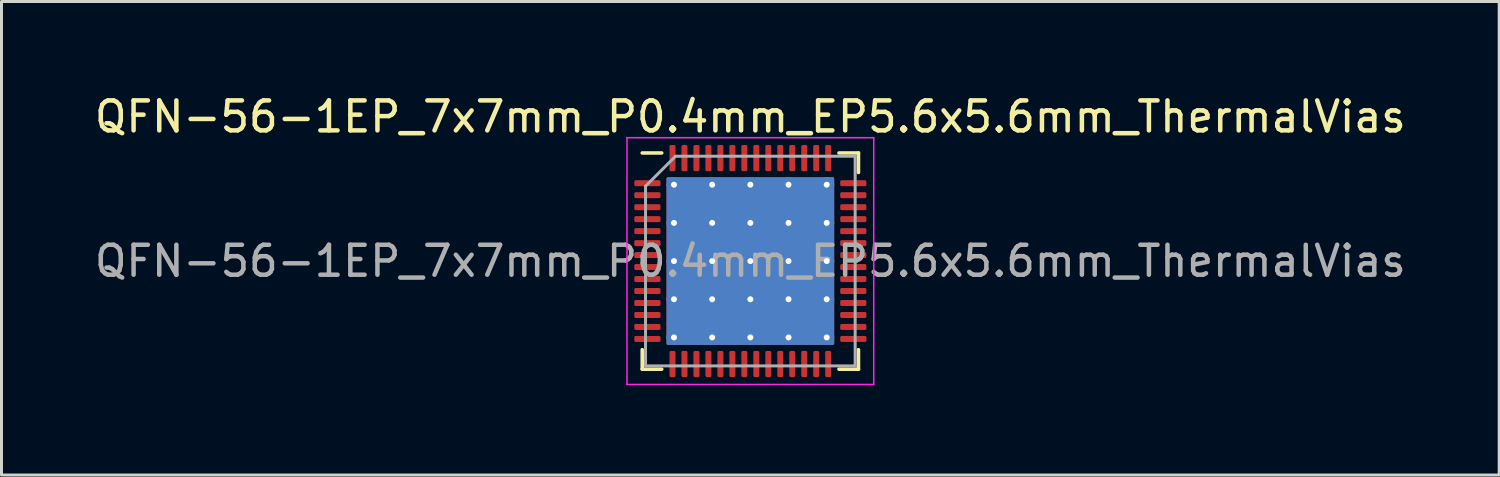
<source format=kicad_pcb>
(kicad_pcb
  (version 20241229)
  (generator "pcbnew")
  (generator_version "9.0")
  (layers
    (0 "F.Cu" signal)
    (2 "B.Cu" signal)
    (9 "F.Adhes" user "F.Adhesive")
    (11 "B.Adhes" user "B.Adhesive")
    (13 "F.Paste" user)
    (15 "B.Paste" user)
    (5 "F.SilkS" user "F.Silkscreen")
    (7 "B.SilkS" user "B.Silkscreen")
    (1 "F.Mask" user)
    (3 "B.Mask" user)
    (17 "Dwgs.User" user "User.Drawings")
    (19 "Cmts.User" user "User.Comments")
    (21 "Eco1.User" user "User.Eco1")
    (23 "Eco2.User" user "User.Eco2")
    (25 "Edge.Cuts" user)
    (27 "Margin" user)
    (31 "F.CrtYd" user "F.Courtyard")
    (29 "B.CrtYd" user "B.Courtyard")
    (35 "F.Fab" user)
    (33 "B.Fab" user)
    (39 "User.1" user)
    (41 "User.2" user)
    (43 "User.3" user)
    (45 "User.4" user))
  (footprint "QFN-56-1EP_7x7mm_P0.4mm_EP5.6x5.6mm_ThermalVias"
    (layer "F.Cu")
    (at 22.006 5.668)
    (property "Reference" "QFN-56-1EP_7x7mm_P0.4mm_EP5.6x5.6mm_ThermalVias" (at 0 -4.82 0) (layer "F.SilkS") (effects (font (size 1 1) (thickness 0.15))))
    (attr smd)
    (fp_line (start -3.61 3.61) (end -3.61 2.96) (stroke (width 0.12) (type solid)) (layer "F.SilkS"))
    (fp_line (start -2.96 -3.61) (end -3.61 -3.61) (stroke (width 0.12) (type solid)) (layer "F.SilkS"))
    (fp_line (start -2.96 3.61) (end -3.61 3.61) (stroke (width 0.12) (type solid)) (layer "F.SilkS"))
    (fp_line (start 2.96 -3.61) (end 3.61 -3.61) (stroke (width 0.12) (type solid)) (layer "F.SilkS"))
    (fp_line (start 2.96 3.61) (end 3.61 3.61) (stroke (width 0.12) (type solid)) (layer "F.SilkS"))
    (fp_line (start 3.61 -3.61) (end 3.61 -2.96) (stroke (width 0.12) (type solid)) (layer "F.SilkS"))
    (fp_line (start 3.61 3.61) (end 3.61 2.96) (stroke (width 0.12) (type solid)) (layer "F.SilkS"))
    (fp_line (start -4.12 -4.12) (end -4.12 4.12) (stroke (width 0.05) (type solid)) (layer "F.CrtYd"))
    (fp_line (start -4.12 4.12) (end 4.12 4.12) (stroke (width 0.05) (type solid)) (layer "F.CrtYd"))
    (fp_line (start 4.12 -4.12) (end -4.12 -4.12) (stroke (width 0.05) (type solid)) (layer "F.CrtYd"))
    (fp_line (start 4.12 4.12) (end 4.12 -4.12) (stroke (width 0.05) (type solid)) (layer "F.CrtYd"))
    (fp_line (start -3.5 -2.5) (end -2.5 -3.5) (stroke (width 0.1) (type solid)) (layer "F.Fab"))
    (fp_line (start -3.5 3.5) (end -3.5 -2.5) (stroke (width 0.1) (type solid)) (layer "F.Fab"))
    (fp_line (start -2.5 -3.5) (end 3.5 -3.5) (stroke (width 0.1) (type solid)) (layer "F.Fab"))
    (fp_line (start 3.5 -3.5) (end 3.5 3.5) (stroke (width 0.1) (type solid)) (layer "F.Fab"))
    (fp_line (start 3.5 3.5) (end -3.5 3.5) (stroke (width 0.1) (type solid)) (layer "F.Fab"))
    (fp_text user "${REFERENCE}" (at 0 0 0) (layer "F.Fab") (effects (font (size 1 1) (thickness 0.15))))
    (pad "" smd custom (at -1.913 -1.913) (size 1.019 1.019) (layers "F.Paste") (options (anchor circle)) (primitives (gr_poly (pts (xy -0.542 -0.45) (xy -0.45 -0.542) (xy 0.45 -0.542) (xy 0.542 -0.45) (xy 0.542 0.45) (xy 0.45 0.542) (xy -0.45 0.542) (xy -0.542 0.45)) (width 0) (fill yes))))
    (pad "" smd custom (at -1.913 -0.637) (size 1.019 1.019) (layers "F.Paste") (options (anchor circle)) (primitives (gr_poly (pts (xy -0.542 -0.45) (xy -0.45 -0.542) (xy 0.45 -0.542) (xy 0.542 -0.45) (xy 0.542 0.45) (xy 0.45 0.542) (xy -0.45 0.542) (xy -0.542 0.45)) (width 0) (fill yes))))
    (pad "" smd custom (at -1.913 0.637) (size 1.019 1.019) (layers "F.Paste") (options (anchor circle)) (primitives (gr_poly (pts (xy -0.542 -0.45) (xy -0.45 -0.542) (xy 0.45 -0.542) (xy 0.542 -0.45) (xy 0.542 0.45) (xy 0.45 0.542) (xy -0.45 0.542) (xy -0.542 0.45)) (width 0) (fill yes))))
    (pad "" smd custom (at -1.913 1.913) (size 1.019 1.019) (layers "F.Paste") (options (anchor circle)) (primitives (gr_poly (pts (xy -0.542 -0.45) (xy -0.45 -0.542) (xy 0.45 -0.542) (xy 0.542 -0.45) (xy 0.542 0.45) (xy 0.45 0.542) (xy -0.45 0.542) (xy -0.542 0.45)) (width 0) (fill yes))))
    (pad "" smd custom (at -0.637 -1.913) (size 1.019 1.019) (layers "F.Paste") (options (anchor circle)) (primitives (gr_poly (pts (xy -0.542 -0.45) (xy -0.45 -0.542) (xy 0.45 -0.542) (xy 0.542 -0.45) (xy 0.542 0.45) (xy 0.45 0.542) (xy -0.45 0.542) (xy -0.542 0.45)) (width 0) (fill yes))))
    (pad "" smd custom (at -0.637 -0.637) (size 1.019 1.019) (layers "F.Paste") (options (anchor circle)) (primitives (gr_poly (pts (xy -0.542 -0.45) (xy -0.45 -0.542) (xy 0.45 -0.542) (xy 0.542 -0.45) (xy 0.542 0.45) (xy 0.45 0.542) (xy -0.45 0.542) (xy -0.542 0.45)) (width 0) (fill yes))))
    (pad "" smd custom (at -0.637 0.637) (size 1.019 1.019) (layers "F.Paste") (options (anchor circle)) (primitives (gr_poly (pts (xy -0.542 -0.45) (xy -0.45 -0.542) (xy 0.45 -0.542) (xy 0.542 -0.45) (xy 0.542 0.45) (xy 0.45 0.542) (xy -0.45 0.542) (xy -0.542 0.45)) (width 0) (fill yes))))
    (pad "" smd custom (at -0.637 1.913) (size 1.019 1.019) (layers "F.Paste") (options (anchor circle)) (primitives (gr_poly (pts (xy -0.542 -0.45) (xy -0.45 -0.542) (xy 0.45 -0.542) (xy 0.542 -0.45) (xy 0.542 0.45) (xy 0.45 0.542) (xy -0.45 0.542) (xy -0.542 0.45)) (width 0) (fill yes))))
    (pad "" smd custom (at 0.637 -1.913) (size 1.019 1.019) (layers "F.Paste") (options (anchor circle)) (primitives (gr_poly (pts (xy -0.542 -0.45) (xy -0.45 -0.542) (xy 0.45 -0.542) (xy 0.542 -0.45) (xy 0.542 0.45) (xy 0.45 0.542) (xy -0.45 0.542) (xy -0.542 0.45)) (width 0) (fill yes))))
    (pad "" smd custom (at 0.637 -0.637) (size 1.019 1.019) (layers "F.Paste") (options (anchor circle)) (primitives (gr_poly (pts (xy -0.542 -0.45) (xy -0.45 -0.542) (xy 0.45 -0.542) (xy 0.542 -0.45) (xy 0.542 0.45) (xy 0.45 0.542) (xy -0.45 0.542) (xy -0.542 0.45)) (width 0) (fill yes))))
    (pad "" smd custom (at 0.637 0.637) (size 1.019 1.019) (layers "F.Paste") (options (anchor circle)) (primitives (gr_poly (pts (xy -0.542 -0.45) (xy -0.45 -0.542) (xy 0.45 -0.542) (xy 0.542 -0.45) (xy 0.542 0.45) (xy 0.45 0.542) (xy -0.45 0.542) (xy -0.542 0.45)) (width 0) (fill yes))))
    (pad "" smd custom (at 0.637 1.913) (size 1.019 1.019) (layers "F.Paste") (options (anchor circle)) (primitives (gr_poly (pts (xy -0.542 -0.45) (xy -0.45 -0.542) (xy 0.45 -0.542) (xy 0.542 -0.45) (xy 0.542 0.45) (xy 0.45 0.542) (xy -0.45 0.542) (xy -0.542 0.45)) (width 0) (fill yes))))
    (pad "" smd custom (at 1.913 -1.913) (size 1.019 1.019) (layers "F.Paste") (options (anchor circle)) (primitives (gr_poly (pts (xy -0.542 -0.45) (xy -0.45 -0.542) (xy 0.45 -0.542) (xy 0.542 -0.45) (xy 0.542 0.45) (xy 0.45 0.542) (xy -0.45 0.542) (xy -0.542 0.45)) (width 0) (fill yes))))
    (pad "" smd custom (at 1.913 -0.637) (size 1.019 1.019) (layers "F.Paste") (options (anchor circle)) (primitives (gr_poly (pts (xy -0.542 -0.45) (xy -0.45 -0.542) (xy 0.45 -0.542) (xy 0.542 -0.45) (xy 0.542 0.45) (xy 0.45 0.542) (xy -0.45 0.542) (xy -0.542 0.45)) (width 0) (fill yes))))
    (pad "" smd custom (at 1.913 0.637) (size 1.019 1.019) (layers "F.Paste") (options (anchor circle)) (primitives (gr_poly (pts (xy -0.542 -0.45) (xy -0.45 -0.542) (xy 0.45 -0.542) (xy 0.542 -0.45) (xy 0.542 0.45) (xy 0.45 0.542) (xy -0.45 0.542) (xy -0.542 0.45)) (width 0) (fill yes))))
    (pad "" smd custom (at 1.913 1.913) (size 1.019 1.019) (layers "F.Paste") (options (anchor circle)) (primitives (gr_poly (pts (xy -0.542 -0.45) (xy -0.45 -0.542) (xy 0.45 -0.542) (xy 0.542 -0.45) (xy 0.542 0.45) (xy 0.45 0.542) (xy -0.45 0.542) (xy -0.542 0.45)) (width 0) (fill yes))))
    (pad "1" smd roundrect (at -3.438 -2.6) (size 0.875 0.2) (layers "F.Cu" "F.Mask" "F.Paste") (roundrect_rratio 0.25))
    (pad "2" smd roundrect (at -3.438 -2.2) (size 0.875 0.2) (layers "F.Cu" "F.Mask" "F.Paste") (roundrect_rratio 0.25))
    (pad "3" smd roundrect (at -3.438 -1.8) (size 0.875 0.2) (layers "F.Cu" "F.Mask" "F.Paste") (roundrect_rratio 0.25))
    (pad "4" smd roundrect (at -3.438 -1.4) (size 0.875 0.2) (layers "F.Cu" "F.Mask" "F.Paste") (roundrect_rratio 0.25))
    (pad "5" smd roundrect (at -3.438 -1) (size 0.875 0.2) (layers "F.Cu" "F.Mask" "F.Paste") (roundrect_rratio 0.25))
    (pad "6" smd roundrect (at -3.438 -0.6) (size 0.875 0.2) (layers "F.Cu" "F.Mask" "F.Paste") (roundrect_rratio 0.25))
    (pad "7" smd roundrect (at -3.438 -0.2) (size 0.875 0.2) (layers "F.Cu" "F.Mask" "F.Paste") (roundrect_rratio 0.25))
    (pad "8" smd roundrect (at -3.438 0.2) (size 0.875 0.2) (layers "F.Cu" "F.Mask" "F.Paste") (roundrect_rratio 0.25))
    (pad "9" smd roundrect (at -3.438 0.6) (size 0.875 0.2) (layers "F.Cu" "F.Mask" "F.Paste") (roundrect_rratio 0.25))
    (pad "10" smd roundrect (at -3.438 1) (size 0.875 0.2) (layers "F.Cu" "F.Mask" "F.Paste") (roundrect_rratio 0.25))
    (pad "11" smd roundrect (at -3.438 1.4) (size 0.875 0.2) (layers "F.Cu" "F.Mask" "F.Paste") (roundrect_rratio 0.25))
    (pad "12" smd roundrect (at -3.438 1.8) (size 0.875 0.2) (layers "F.Cu" "F.Mask" "F.Paste") (roundrect_rratio 0.25))
    (pad "13" smd roundrect (at -3.438 2.2) (size 0.875 0.2) (layers "F.Cu" "F.Mask" "F.Paste") (roundrect_rratio 0.25))
    (pad "14" smd roundrect (at -3.438 2.6) (size 0.875 0.2) (layers "F.Cu" "F.Mask" "F.Paste") (roundrect_rratio 0.25))
    (pad "15" smd roundrect (at -2.6 3.438) (size 0.2 0.875) (layers "F.Cu" "F.Mask" "F.Paste") (roundrect_rratio 0.25))
    (pad "16" smd roundrect (at -2.2 3.438) (size 0.2 0.875) (layers "F.Cu" "F.Mask" "F.Paste") (roundrect_rratio 0.25))
    (pad "17" smd roundrect (at -1.8 3.438) (size 0.2 0.875) (layers "F.Cu" "F.Mask" "F.Paste") (roundrect_rratio 0.25))
    (pad "18" smd roundrect (at -1.4 3.438) (size 0.2 0.875) (layers "F.Cu" "F.Mask" "F.Paste") (roundrect_rratio 0.25))
    (pad "19" smd roundrect (at -1 3.438) (size 0.2 0.875) (layers "F.Cu" "F.Mask" "F.Paste") (roundrect_rratio 0.25))
    (pad "20" smd roundrect (at -0.6 3.438) (size 0.2 0.875) (layers "F.Cu" "F.Mask" "F.Paste") (roundrect_rratio 0.25))
    (pad "21" smd roundrect (at -0.2 3.438) (size 0.2 0.875) (layers "F.Cu" "F.Mask" "F.Paste") (roundrect_rratio 0.25))
    (pad "22" smd roundrect (at 0.2 3.438) (size 0.2 0.875) (layers "F.Cu" "F.Mask" "F.Paste") (roundrect_rratio 0.25))
    (pad "23" smd roundrect (at 0.6 3.438) (size 0.2 0.875) (layers "F.Cu" "F.Mask" "F.Paste") (roundrect_rratio 0.25))
    (pad "24" smd roundrect (at 1 3.438) (size 0.2 0.875) (layers "F.Cu" "F.Mask" "F.Paste") (roundrect_rratio 0.25))
    (pad "25" smd roundrect (at 1.4 3.438) (size 0.2 0.875) (layers "F.Cu" "F.Mask" "F.Paste") (roundrect_rratio 0.25))
    (pad "26" smd roundrect (at 1.8 3.438) (size 0.2 0.875) (layers "F.Cu" "F.Mask" "F.Paste") (roundrect_rratio 0.25))
    (pad "27" smd roundrect (at 2.2 3.438) (size 0.2 0.875) (layers "F.Cu" "F.Mask" "F.Paste") (roundrect_rratio 0.25))
    (pad "28" smd roundrect (at 2.6 3.438) (size 0.2 0.875) (layers "F.Cu" "F.Mask" "F.Paste") (roundrect_rratio 0.25))
    (pad "29" smd roundrect (at 3.438 2.6) (size 0.875 0.2) (layers "F.Cu" "F.Mask" "F.Paste") (roundrect_rratio 0.25))
    (pad "30" smd roundrect (at 3.438 2.2) (size 0.875 0.2) (layers "F.Cu" "F.Mask" "F.Paste") (roundrect_rratio 0.25))
    (pad "31" smd roundrect (at 3.438 1.8) (size 0.875 0.2) (layers "F.Cu" "F.Mask" "F.Paste") (roundrect_rratio 0.25))
    (pad "32" smd roundrect (at 3.438 1.4) (size 0.875 0.2) (layers "F.Cu" "F.Mask" "F.Paste") (roundrect_rratio 0.25))
    (pad "33" smd roundrect (at 3.438 1) (size 0.875 0.2) (layers "F.Cu" "F.Mask" "F.Paste") (roundrect_rratio 0.25))
    (pad "34" smd roundrect (at 3.438 0.6) (size 0.875 0.2) (layers "F.Cu" "F.Mask" "F.Paste") (roundrect_rratio 0.25))
    (pad "35" smd roundrect (at 3.438 0.2) (size 0.875 0.2) (layers "F.Cu" "F.Mask" "F.Paste") (roundrect_rratio 0.25))
    (pad "36" smd roundrect (at 3.438 -0.2) (size 0.875 0.2) (layers "F.Cu" "F.Mask" "F.Paste") (roundrect_rratio 0.25))
    (pad "37" smd roundrect (at 3.438 -0.6) (size 0.875 0.2) (layers "F.Cu" "F.Mask" "F.Paste") (roundrect_rratio 0.25))
    (pad "38" smd roundrect (at 3.438 -1) (size 0.875 0.2) (layers "F.Cu" "F.Mask" "F.Paste") (roundrect_rratio 0.25))
    (pad "39" smd roundrect (at 3.438 -1.4) (size 0.875 0.2) (layers "F.Cu" "F.Mask" "F.Paste") (roundrect_rratio 0.25))
    (pad "40" smd roundrect (at 3.438 -1.8) (size 0.875 0.2) (layers "F.Cu" "F.Mask" "F.Paste") (roundrect_rratio 0.25))
    (pad "41" smd roundrect (at 3.438 -2.2) (size 0.875 0.2) (layers "F.Cu" "F.Mask" "F.Paste") (roundrect_rratio 0.25))
    (pad "42" smd roundrect (at 3.438 -2.6) (size 0.875 0.2) (layers "F.Cu" "F.Mask" "F.Paste") (roundrect_rratio 0.25))
    (pad "43" smd roundrect (at 2.6 -3.438) (size 0.2 0.875) (layers "F.Cu" "F.Mask" "F.Paste") (roundrect_rratio 0.25))
    (pad "44" smd roundrect (at 2.2 -3.438) (size 0.2 0.875) (layers "F.Cu" "F.Mask" "F.Paste") (roundrect_rratio 0.25))
    (pad "45" smd roundrect (at 1.8 -3.438) (size 0.2 0.875) (layers "F.Cu" "F.Mask" "F.Paste") (roundrect_rratio 0.25))
    (pad "46" smd roundrect (at 1.4 -3.438) (size 0.2 0.875) (layers "F.Cu" "F.Mask" "F.Paste") (roundrect_rratio 0.25))
    (pad "47" smd roundrect (at 1 -3.438) (size 0.2 0.875) (layers "F.Cu" "F.Mask" "F.Paste") (roundrect_rratio 0.25))
    (pad "48" smd roundrect (at 0.6 -3.438) (size 0.2 0.875) (layers "F.Cu" "F.Mask" "F.Paste") (roundrect_rratio 0.25))
    (pad "49" smd roundrect (at 0.2 -3.438) (size 0.2 0.875) (layers "F.Cu" "F.Mask" "F.Paste") (roundrect_rratio 0.25))
    (pad "50" smd roundrect (at -0.2 -3.438) (size 0.2 0.875) (layers "F.Cu" "F.Mask" "F.Paste") (roundrect_rratio 0.25))
    (pad "51" smd roundrect (at -0.6 -3.438) (size 0.2 0.875) (layers "F.Cu" "F.Mask" "F.Paste") (roundrect_rratio 0.25))
    (pad "52" smd roundrect (at -1 -3.438) (size 0.2 0.875) (layers "F.Cu" "F.Mask" "F.Paste") (roundrect_rratio 0.25))
    (pad "53" smd roundrect (at -1.4 -3.438) (size 0.2 0.875) (layers "F.Cu" "F.Mask" "F.Paste") (roundrect_rratio 0.25))
    (pad "54" smd roundrect (at -1.8 -3.438) (size 0.2 0.875) (layers "F.Cu" "F.Mask" "F.Paste") (roundrect_rratio 0.25))
    (pad "55" smd roundrect (at -2.2 -3.438) (size 0.2 0.875) (layers "F.Cu" "F.Mask" "F.Paste") (roundrect_rratio 0.25))
    (pad "56" smd roundrect (at -2.6 -3.438) (size 0.2 0.875) (layers "F.Cu" "F.Mask" "F.Paste") (roundrect_rratio 0.25))
    (pad "57" thru_hole circle (at -2.55 -2.55) (size 0.5 0.5) (drill 0.2) (layers "*.Cu"))
    (pad "57" thru_hole circle (at -2.55 -1.275) (size 0.5 0.5) (drill 0.2) (layers "*.Cu"))
    (pad "57" thru_hole circle (at -2.55 0) (size 0.5 0.5) (drill 0.2) (layers "*.Cu"))
    (pad "57" thru_hole circle (at -2.55 1.275) (size 0.5 0.5) (drill 0.2) (layers "*.Cu"))
    (pad "57" thru_hole circle (at -2.55 2.55) (size 0.5 0.5) (drill 0.2) (layers "*.Cu"))
    (pad "57" thru_hole circle (at -1.275 -2.55) (size 0.5 0.5) (drill 0.2) (layers "*.Cu"))
    (pad "57" thru_hole circle (at -1.275 -1.275) (size 0.5 0.5) (drill 0.2) (layers "*.Cu"))
    (pad "57" thru_hole circle (at -1.275 0) (size 0.5 0.5) (drill 0.2) (layers "*.Cu"))
    (pad "57" thru_hole circle (at -1.275 1.275) (size 0.5 0.5) (drill 0.2) (layers "*.Cu"))
    (pad "57" thru_hole circle (at -1.275 2.55) (size 0.5 0.5) (drill 0.2) (layers "*.Cu"))
    (pad "57" thru_hole circle (at 0 -2.55) (size 0.5 0.5) (drill 0.2) (layers "*.Cu"))
    (pad "57" thru_hole circle (at 0 -1.275) (size 0.5 0.5) (drill 0.2) (layers "*.Cu"))
    (pad "57" thru_hole circle (at 0 0) (size 0.5 0.5) (drill 0.2) (layers "*.Cu"))
    (pad "57" smd roundrect (at 0 0) (size 5.6 5.6) (layers "F.Cu" "F.Mask") (roundrect_rratio 0.009))
    (pad "57" smd roundrect (at 0 0) (size 5.6 5.6) (layers "B.Cu") (roundrect_rratio 0.009))
    (pad "57" thru_hole circle (at 0 1.275) (size 0.5 0.5) (drill 0.2) (layers "*.Cu"))
    (pad "57" thru_hole circle (at 0 2.55) (size 0.5 0.5) (drill 0.2) (layers "*.Cu"))
    (pad "57" thru_hole circle (at 1.275 -2.55) (size 0.5 0.5) (drill 0.2) (layers "*.Cu"))
    (pad "57" thru_hole circle (at 1.275 -1.275) (size 0.5 0.5) (drill 0.2) (layers "*.Cu"))
    (pad "57" thru_hole circle (at 1.275 0) (size 0.5 0.5) (drill 0.2) (layers "*.Cu"))
    (pad "57" thru_hole circle (at 1.275 1.275) (size 0.5 0.5) (drill 0.2) (layers "*.Cu"))
    (pad "57" thru_hole circle (at 1.275 2.55) (size 0.5 0.5) (drill 0.2) (layers "*.Cu"))
    (pad "57" thru_hole circle (at 2.55 -2.55) (size 0.5 0.5) (drill 0.2) (layers "*.Cu"))
    (pad "57" thru_hole circle (at 2.55 -1.275) (size 0.5 0.5) (drill 0.2) (layers "*.Cu"))
    (pad "57" thru_hole circle (at 2.55 0) (size 0.5 0.5) (drill 0.2) (layers "*.Cu"))
    (pad "57" thru_hole circle (at 2.55 1.275) (size 0.5 0.5) (drill 0.2) (layers "*.Cu"))
    (pad "57" thru_hole circle (at 2.55 2.55) (size 0.5 0.5) (drill 0.2) (layers "*.Cu")))
  (gr_rect
    (start -3 -3)
    (end 47.012 12.813)
    (stroke (width 0.1) (type default))
    (fill no)
    (layer "Edge.Cuts")))
</source>
